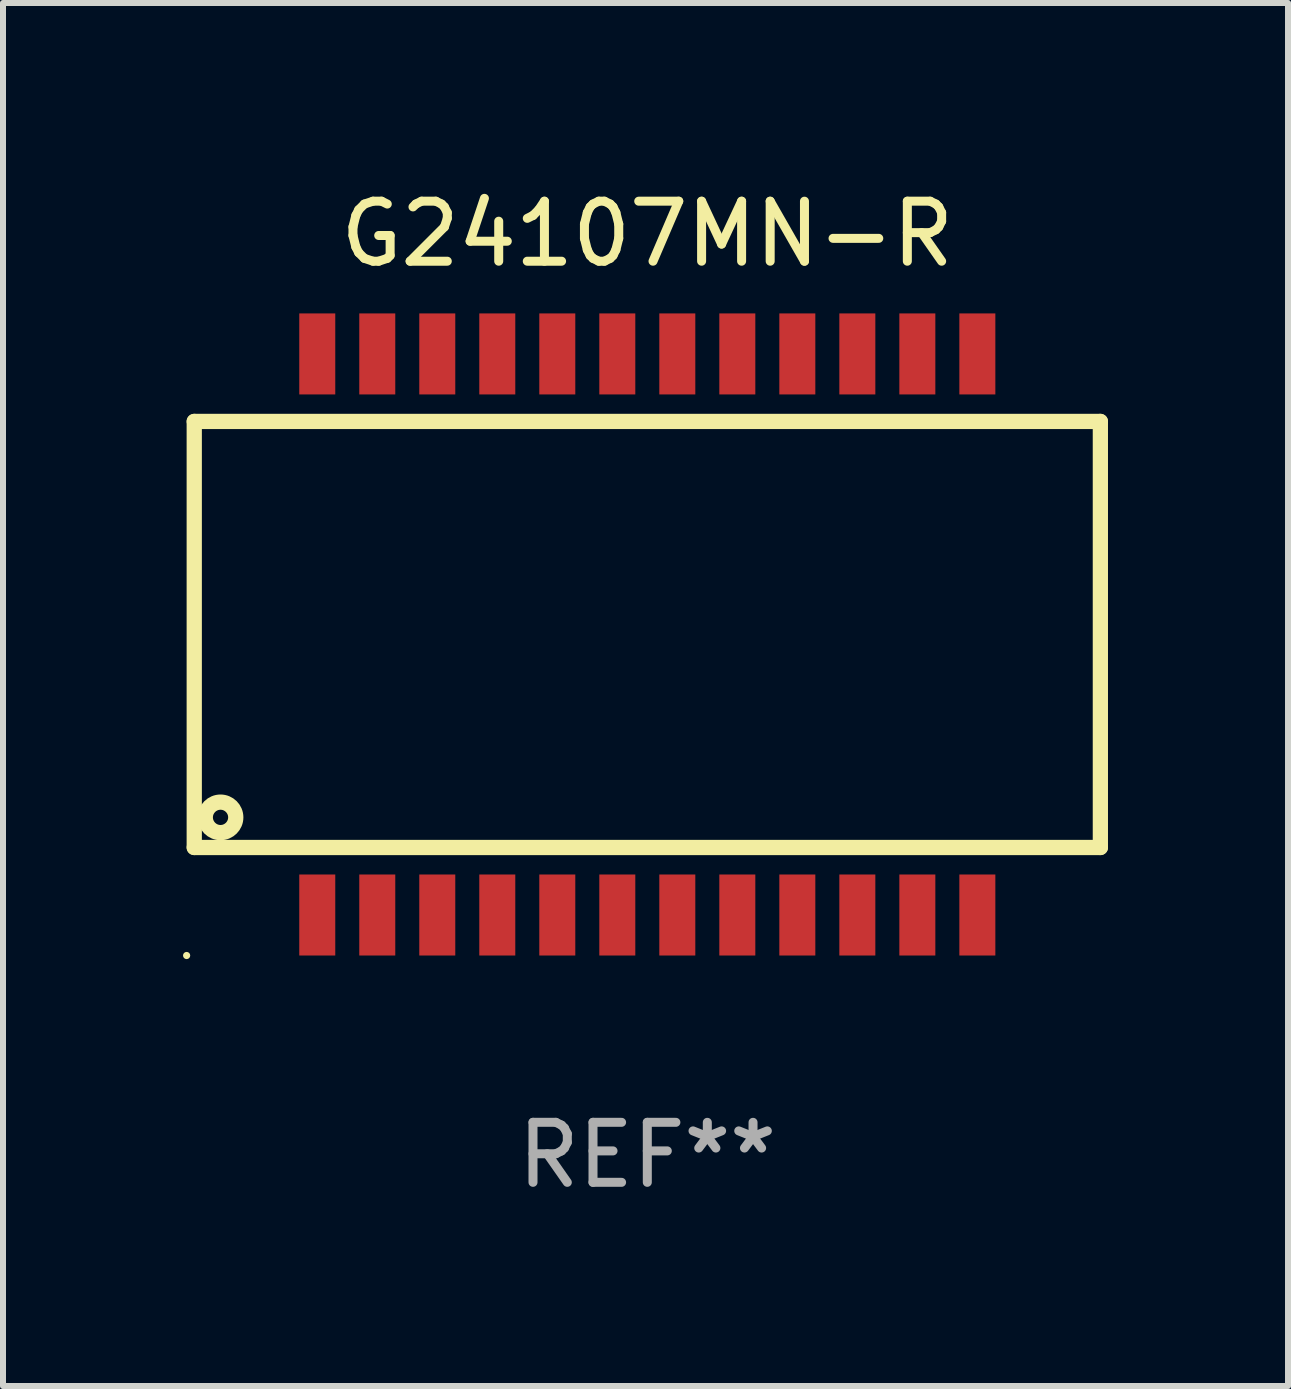
<source format=kicad_pcb>
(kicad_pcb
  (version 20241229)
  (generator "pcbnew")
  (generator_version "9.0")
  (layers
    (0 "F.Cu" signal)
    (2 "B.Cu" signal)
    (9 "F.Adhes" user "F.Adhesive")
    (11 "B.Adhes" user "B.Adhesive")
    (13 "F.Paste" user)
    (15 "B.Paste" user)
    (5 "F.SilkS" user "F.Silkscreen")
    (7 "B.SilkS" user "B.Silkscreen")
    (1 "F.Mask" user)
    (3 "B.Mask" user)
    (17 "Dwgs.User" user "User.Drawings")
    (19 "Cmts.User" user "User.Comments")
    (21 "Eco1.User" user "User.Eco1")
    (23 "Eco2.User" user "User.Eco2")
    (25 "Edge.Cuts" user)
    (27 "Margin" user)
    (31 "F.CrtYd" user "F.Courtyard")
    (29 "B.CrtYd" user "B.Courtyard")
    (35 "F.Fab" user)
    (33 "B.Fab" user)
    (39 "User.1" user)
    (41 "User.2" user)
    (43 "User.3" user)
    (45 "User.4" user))
  (footprint "G24107MN-R"
    (layer "F.Cu")
    (at 7.737 7.523)
    (property "Reference" "G24107MN-R" (at 0 -6.675 0) (layer "F.SilkS") (effects (font (size 1 1) (thickness 0.15))))
    (attr through_hole)
    (fp_line (start -7.55 -3.55) (end 7.55 -3.55) (stroke (width 0.254) (type solid)) (layer "F.SilkS"))
    (fp_line (start -7.55 3.55) (end -7.55 -3.55) (stroke (width 0.254) (type solid)) (layer "F.SilkS"))
    (fp_line (start -7.55 3.55) (end 7.55 3.55) (stroke (width 0.254) (type solid)) (layer "F.SilkS"))
    (fp_line (start 7.55 3.55) (end 7.55 -3.55) (stroke (width 0.254) (type solid)) (layer "F.SilkS"))
    (fp_circle (center -7.677 5.35) (end -7.647 5.35) (stroke (width 0.06) (type solid)) (fill no) (layer "F.SilkS"))
    (fp_circle (center -7.112 3.048) (end -6.858 3.048) (stroke (width 0.254) (type solid)) (fill no) (layer "F.SilkS"))
    (fp_text user "REF**" (at 0 8.675 0) (layer "F.Fab") (effects (font (size 1 1) (thickness 0.15))))
    (pad "1" smd rect (at -5.5 4.675) (size 0.6 1.35) (layers "F.Cu" "F.Mask" "F.Paste"))
    (pad "2" smd rect (at -4.5 4.675) (size 0.6 1.35) (layers "F.Cu" "F.Mask" "F.Paste"))
    (pad "3" smd rect (at -3.5 4.675) (size 0.6 1.35) (layers "F.Cu" "F.Mask" "F.Paste"))
    (pad "4" smd rect (at -2.5 4.675) (size 0.6 1.35) (layers "F.Cu" "F.Mask" "F.Paste"))
    (pad "5" smd rect (at -1.5 4.675) (size 0.6 1.35) (layers "F.Cu" "F.Mask" "F.Paste"))
    (pad "6" smd rect (at -0.5 4.675) (size 0.6 1.35) (layers "F.Cu" "F.Mask" "F.Paste"))
    (pad "7" smd rect (at 0.5 4.675) (size 0.6 1.35) (layers "F.Cu" "F.Mask" "F.Paste"))
    (pad "8" smd rect (at 1.5 4.675) (size 0.6 1.35) (layers "F.Cu" "F.Mask" "F.Paste"))
    (pad "9" smd rect (at 2.5 4.675) (size 0.6 1.35) (layers "F.Cu" "F.Mask" "F.Paste"))
    (pad "10" smd rect (at 3.5 4.675) (size 0.6 1.35) (layers "F.Cu" "F.Mask" "F.Paste"))
    (pad "11" smd rect (at 4.5 4.675) (size 0.6 1.35) (layers "F.Cu" "F.Mask" "F.Paste"))
    (pad "12" smd rect (at 5.5 4.675) (size 0.6 1.35) (layers "F.Cu" "F.Mask" "F.Paste"))
    (pad "13" smd rect (at 5.5 -4.675) (size 0.6 1.35) (layers "F.Cu" "F.Mask" "F.Paste"))
    (pad "14" smd rect (at 4.5 -4.675) (size 0.6 1.35) (layers "F.Cu" "F.Mask" "F.Paste"))
    (pad "15" smd rect (at 3.5 -4.675) (size 0.6 1.35) (layers "F.Cu" "F.Mask" "F.Paste"))
    (pad "16" smd rect (at 2.5 -4.675) (size 0.6 1.35) (layers "F.Cu" "F.Mask" "F.Paste"))
    (pad "17" smd rect (at 1.5 -4.675) (size 0.6 1.35) (layers "F.Cu" "F.Mask" "F.Paste"))
    (pad "18" smd rect (at 0.5 -4.675) (size 0.6 1.35) (layers "F.Cu" "F.Mask" "F.Paste"))
    (pad "19" smd rect (at -0.5 -4.675) (size 0.6 1.35) (layers "F.Cu" "F.Mask" "F.Paste"))
    (pad "20" smd rect (at -1.5 -4.675) (size 0.6 1.35) (layers "F.Cu" "F.Mask" "F.Paste"))
    (pad "21" smd rect (at -2.5 -4.675) (size 0.6 1.35) (layers "F.Cu" "F.Mask" "F.Paste"))
    (pad "22" smd rect (at -3.5 -4.675) (size 0.6 1.35) (layers "F.Cu" "F.Mask" "F.Paste"))
    (pad "23" smd rect (at -4.5 -4.675) (size 0.6 1.35) (layers "F.Cu" "F.Mask" "F.Paste"))
    (pad "24" smd rect (at -5.5 -4.675) (size 0.6 1.35) (layers "F.Cu" "F.Mask" "F.Paste")))
  (gr_rect
    (start -3 -3)
    (end 18.414 20.047)
    (stroke (width 0.1) (type default))
    (fill no)
    (layer "Edge.Cuts")))
</source>
